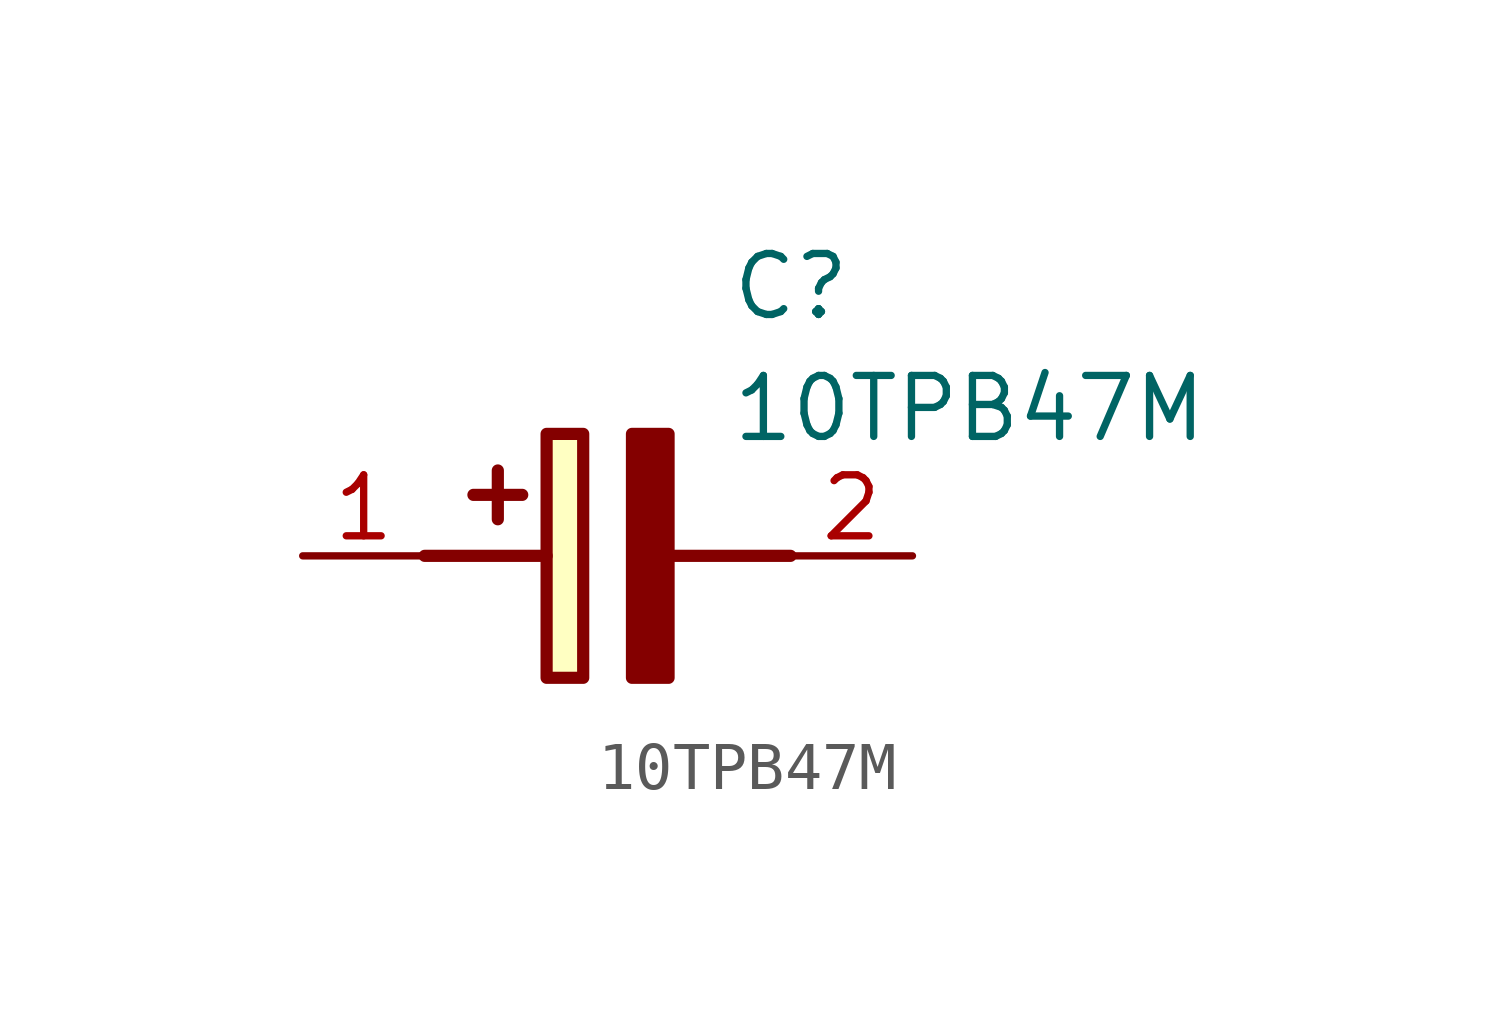
<source format=kicad_sym>
(kicad_symbol_lib
  (version 20211014)
  (generator SamacSys_ECAD_Model)
  (symbol "10TPB47M"
    (pin_names hide)
    (property "Reference" "C"
      (at 8.89 6.35 0)
      (effects (font (size 1.27 1.27)) (justify left top)))
    (property "Value" "10TPB47M"
      (at 8.89 3.81 0)
      (effects (font (size 1.27 1.27)) (justify left top)))
    (rectangle
      (start 5.08 2.54)
      (end 5.842 -2.54)
      (stroke (width 0.254) (type default))
      (fill (type background)))
    (polyline
      (pts (xy 4.572 1.27) (xy 3.556 1.27))
      (stroke (width 0.254) (type default))
      (fill (type none)))
    (polyline
      (pts (xy 4.064 1.778) (xy 4.064 0.762))
      (stroke (width 0.254) (type default))
      (fill (type none)))
    (polyline
      (pts (xy 2.54 0) (xy 5.08 0))
      (stroke (width 0.254) (type default))
      (fill (type none)))
    (polyline
      (pts (xy 7.62 0) (xy 10.16 0))
      (stroke (width 0.254) (type default))
      (fill (type none)))
    (polyline
      (pts (xy 7.62 2.54) (xy 7.62 -2.54) (xy 6.858 -2.54) (xy 6.858 2.54) (xy 7.62 2.54))
      (stroke (width 0.254) (type default))
      (fill (type outline)))
    (pin passive line
      (at 0 0 0)
      (length 2.54)
      (name "+" (effects (font (size 1.27 1.27))))
      (number "1" (effects (font (size 1.27 1.27)))))
    (pin passive line
      (at 12.7 0 180)
      (length 2.54)
      (name "-" (effects (font (size 1.27 1.27))))
      (number "2" (effects (font (size 1.27 1.27)))))))
</source>
